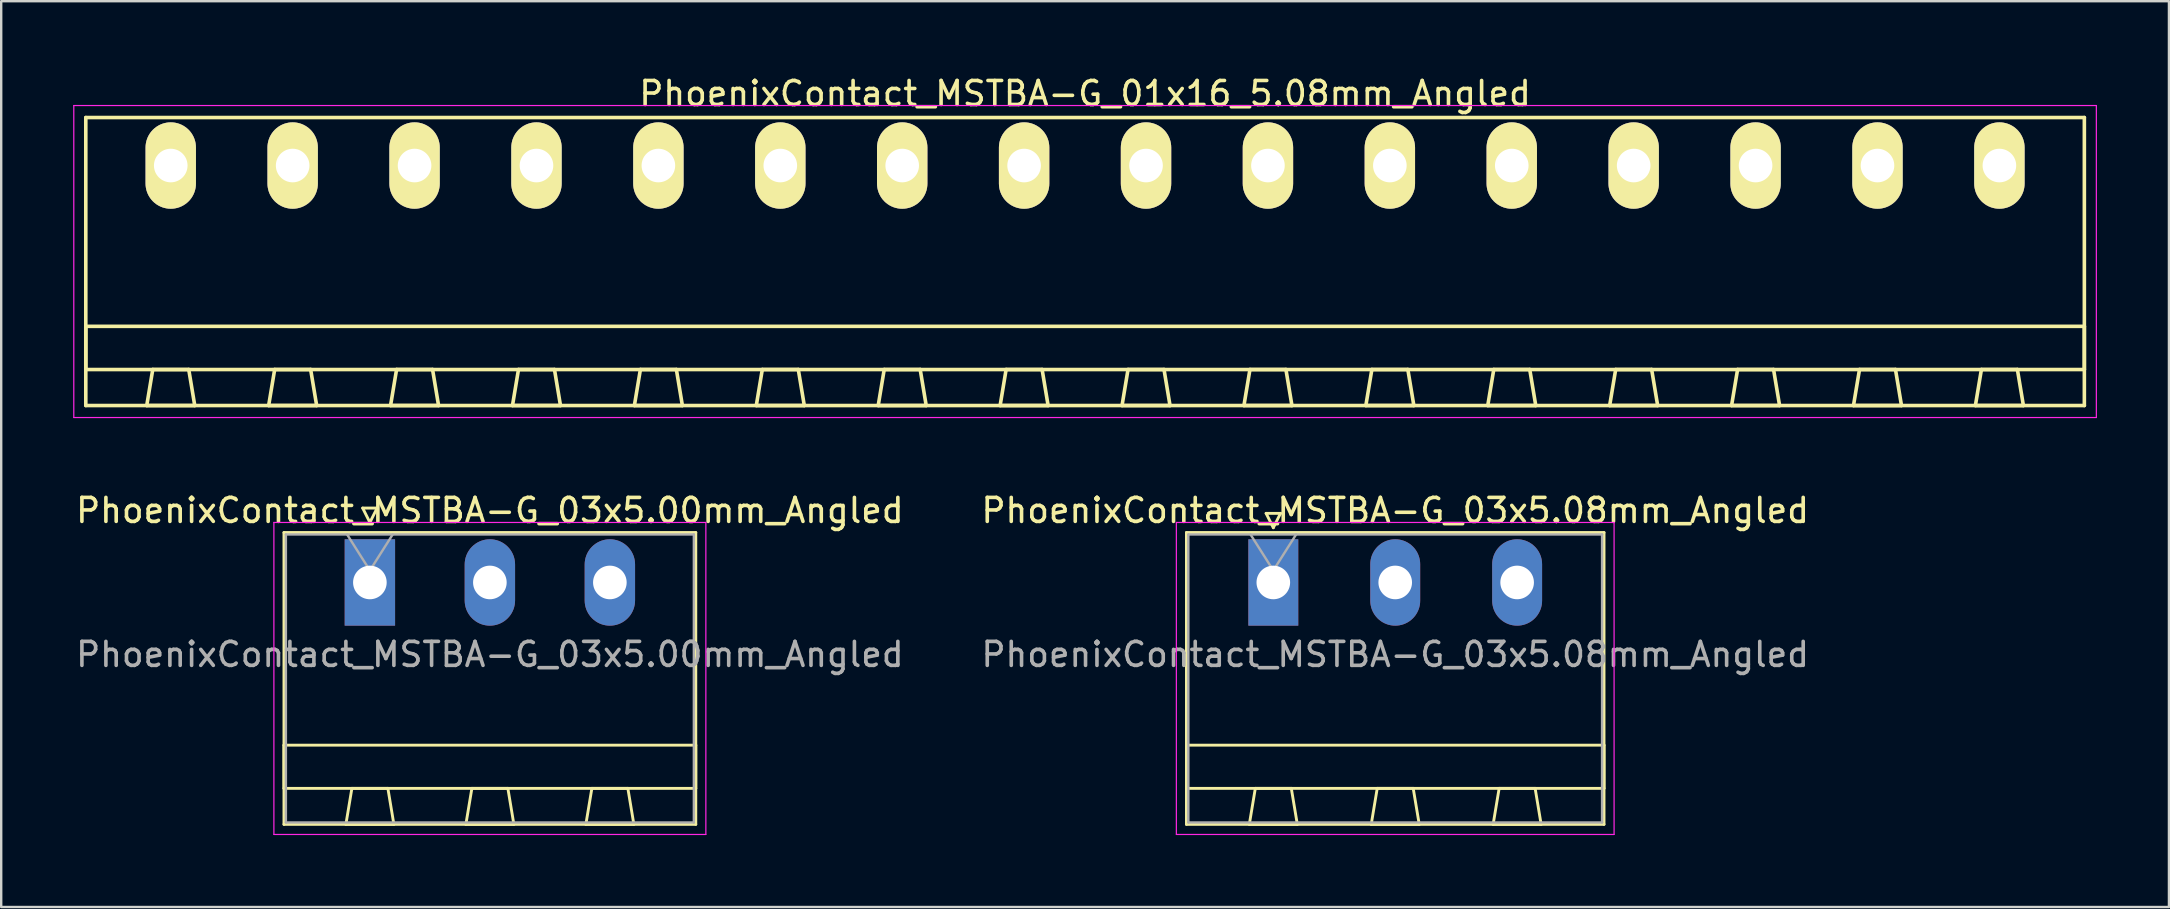
<source format=kicad_pcb>
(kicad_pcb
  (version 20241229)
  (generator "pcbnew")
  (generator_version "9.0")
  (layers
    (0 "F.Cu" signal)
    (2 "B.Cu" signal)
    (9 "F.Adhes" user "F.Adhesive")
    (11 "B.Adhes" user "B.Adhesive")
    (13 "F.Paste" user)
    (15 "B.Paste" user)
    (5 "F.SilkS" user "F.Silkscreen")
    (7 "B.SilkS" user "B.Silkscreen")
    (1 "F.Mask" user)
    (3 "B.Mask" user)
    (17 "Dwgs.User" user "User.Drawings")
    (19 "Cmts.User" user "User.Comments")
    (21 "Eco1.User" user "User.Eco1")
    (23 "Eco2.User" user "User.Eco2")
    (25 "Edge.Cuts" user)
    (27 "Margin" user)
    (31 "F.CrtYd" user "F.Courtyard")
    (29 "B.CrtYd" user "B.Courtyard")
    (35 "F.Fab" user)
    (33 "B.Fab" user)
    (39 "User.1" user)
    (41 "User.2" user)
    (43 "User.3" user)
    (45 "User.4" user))
  (footprint "PhoenixContact_MSTBA-G_03x5.00mm_Angled"
    (layer "F.Cu")
    (at 12.363 21.221)
    (property "Reference" "PhoenixContact_MSTBA-G_03x5.00mm_Angled" (at 5 -3 0) (layer "F.SilkS") (effects (font (size 1 1) (thickness 0.15))))
    (attr through_hole)
    (fp_line (start -3.58 -2.08) (end -3.58 10.08) (stroke (width 0.12) (type solid)) (layer "F.SilkS"))
    (fp_line (start -3.58 6.78) (end 13.58 6.78) (stroke (width 0.12) (type solid)) (layer "F.SilkS"))
    (fp_line (start -3.58 8.58) (end -3.58 6.78) (stroke (width 0.12) (type solid)) (layer "F.SilkS"))
    (fp_line (start -3.58 10.08) (end 13.58 10.08) (stroke (width 0.12) (type solid)) (layer "F.SilkS"))
    (fp_line (start -1 10.08) (end 1 10.08) (stroke (width 0.12) (type solid)) (layer "F.SilkS"))
    (fp_line (start -0.75 8.58) (end -1 10.08) (stroke (width 0.12) (type solid)) (layer "F.SilkS"))
    (fp_line (start -0.3 -3.1) (end 0.3 -3.1) (stroke (width 0.12) (type solid)) (layer "F.SilkS"))
    (fp_line (start 0 -2.5) (end -0.3 -3.1) (stroke (width 0.12) (type solid)) (layer "F.SilkS"))
    (fp_line (start 0.3 -3.1) (end 0 -2.5) (stroke (width 0.12) (type solid)) (layer "F.SilkS"))
    (fp_line (start 0.75 8.58) (end -0.75 8.58) (stroke (width 0.12) (type solid)) (layer "F.SilkS"))
    (fp_line (start 1 10.08) (end 0.75 8.58) (stroke (width 0.12) (type solid)) (layer "F.SilkS"))
    (fp_line (start 4 10.08) (end 6 10.08) (stroke (width 0.12) (type solid)) (layer "F.SilkS"))
    (fp_line (start 4.25 8.58) (end 4 10.08) (stroke (width 0.12) (type solid)) (layer "F.SilkS"))
    (fp_line (start 5.75 8.58) (end 4.25 8.58) (stroke (width 0.12) (type solid)) (layer "F.SilkS"))
    (fp_line (start 6 10.08) (end 5.75 8.58) (stroke (width 0.12) (type solid)) (layer "F.SilkS"))
    (fp_line (start 9 10.08) (end 11 10.08) (stroke (width 0.12) (type solid)) (layer "F.SilkS"))
    (fp_line (start 9.25 8.58) (end 9 10.08) (stroke (width 0.12) (type solid)) (layer "F.SilkS"))
    (fp_line (start 10.75 8.58) (end 9.25 8.58) (stroke (width 0.12) (type solid)) (layer "F.SilkS"))
    (fp_line (start 11 10.08) (end 10.75 8.58) (stroke (width 0.12) (type solid)) (layer "F.SilkS"))
    (fp_line (start 13.58 -2.08) (end -3.58 -2.08) (stroke (width 0.12) (type solid)) (layer "F.SilkS"))
    (fp_line (start 13.58 6.78) (end 13.58 8.58) (stroke (width 0.12) (type solid)) (layer "F.SilkS"))
    (fp_line (start 13.58 8.58) (end -3.58 8.58) (stroke (width 0.12) (type solid)) (layer "F.SilkS"))
    (fp_line (start 13.58 10.08) (end 13.58 -2.08) (stroke (width 0.12) (type solid)) (layer "F.SilkS"))
    (fp_line (start -4 -2.5) (end -4 10.5) (stroke (width 0.05) (type solid)) (layer "F.CrtYd"))
    (fp_line (start -4 10.5) (end 14 10.5) (stroke (width 0.05) (type solid)) (layer "F.CrtYd"))
    (fp_line (start 14 -2.5) (end -4 -2.5) (stroke (width 0.05) (type solid)) (layer "F.CrtYd"))
    (fp_line (start 14 10.5) (end 14 -2.5) (stroke (width 0.05) (type solid)) (layer "F.CrtYd"))
    (fp_line (start -3.5 -2) (end -3.5 10) (stroke (width 0.1) (type solid)) (layer "F.Fab"))
    (fp_line (start -3.5 10) (end 13.5 10) (stroke (width 0.1) (type solid)) (layer "F.Fab"))
    (fp_line (start 0 -0.5) (end -0.95 -2) (stroke (width 0.1) (type solid)) (layer "F.Fab"))
    (fp_line (start 0.95 -2) (end 0 -0.5) (stroke (width 0.1) (type solid)) (layer "F.Fab"))
    (fp_line (start 13.5 -2) (end -3.5 -2) (stroke (width 0.1) (type solid)) (layer "F.Fab"))
    (fp_line (start 13.5 10) (end 13.5 -2) (stroke (width 0.1) (type solid)) (layer "F.Fab"))
    (fp_text user "${REFERENCE}" (at 5 3 0) (layer "F.Fab") (effects (font (size 1 1) (thickness 0.15))))
    (pad "1" thru_hole rect (at 0 0) (size 2.1 3.6) (drill 1.4) (layers "*.Cu" "*.Mask"))
    (pad "2" thru_hole oval (at 5 0) (size 2.1 3.6) (drill 1.4) (layers "*.Cu" "*.Mask"))
    (pad "3" thru_hole oval (at 10 0) (size 2.1 3.6) (drill 1.4) (layers "*.Cu" "*.Mask")))
  (footprint "PhoenixContact_MSTBA-G_03x5.08mm_Angled"
    (layer "F.Cu")
    (at 50.009 21.221)
    (property "Reference" "PhoenixContact_MSTBA-G_03x5.08mm_Angled" (at 5.08 -3 0) (layer "F.SilkS") (effects (font (size 1 1) (thickness 0.15))))
    (attr through_hole)
    (fp_line (start -3.62 -2.08) (end -3.62 10.08) (stroke (width 0.12) (type solid)) (layer "F.SilkS"))
    (fp_line (start -3.62 6.78) (end 13.78 6.78) (stroke (width 0.12) (type solid)) (layer "F.SilkS"))
    (fp_line (start -3.62 8.58) (end -3.62 6.78) (stroke (width 0.12) (type solid)) (layer "F.SilkS"))
    (fp_line (start -3.62 10.08) (end 13.78 10.08) (stroke (width 0.12) (type solid)) (layer "F.SilkS"))
    (fp_line (start -1 10.08) (end 1 10.08) (stroke (width 0.12) (type solid)) (layer "F.SilkS"))
    (fp_line (start -0.75 8.58) (end -1 10.08) (stroke (width 0.12) (type solid)) (layer "F.SilkS"))
    (fp_line (start -0.3 -2.88) (end 0.3 -2.88) (stroke (width 0.12) (type solid)) (layer "F.SilkS"))
    (fp_line (start 0 -2.28) (end -0.3 -2.88) (stroke (width 0.12) (type solid)) (layer "F.SilkS"))
    (fp_line (start 0.3 -2.88) (end 0 -2.28) (stroke (width 0.12) (type solid)) (layer "F.SilkS"))
    (fp_line (start 0.75 8.58) (end -0.75 8.58) (stroke (width 0.12) (type solid)) (layer "F.SilkS"))
    (fp_line (start 1 10.08) (end 0.75 8.58) (stroke (width 0.12) (type solid)) (layer "F.SilkS"))
    (fp_line (start 4.08 10.08) (end 6.08 10.08) (stroke (width 0.12) (type solid)) (layer "F.SilkS"))
    (fp_line (start 4.33 8.58) (end 4.08 10.08) (stroke (width 0.12) (type solid)) (layer "F.SilkS"))
    (fp_line (start 5.83 8.58) (end 4.33 8.58) (stroke (width 0.12) (type solid)) (layer "F.SilkS"))
    (fp_line (start 6.08 10.08) (end 5.83 8.58) (stroke (width 0.12) (type solid)) (layer "F.SilkS"))
    (fp_line (start 9.16 10.08) (end 11.16 10.08) (stroke (width 0.12) (type solid)) (layer "F.SilkS"))
    (fp_line (start 9.41 8.58) (end 9.16 10.08) (stroke (width 0.12) (type solid)) (layer "F.SilkS"))
    (fp_line (start 10.91 8.58) (end 9.41 8.58) (stroke (width 0.12) (type solid)) (layer "F.SilkS"))
    (fp_line (start 11.16 10.08) (end 10.91 8.58) (stroke (width 0.12) (type solid)) (layer "F.SilkS"))
    (fp_line (start 13.78 -2.08) (end -3.62 -2.08) (stroke (width 0.12) (type solid)) (layer "F.SilkS"))
    (fp_line (start 13.78 6.78) (end 13.78 8.58) (stroke (width 0.12) (type solid)) (layer "F.SilkS"))
    (fp_line (start 13.78 8.58) (end -3.62 8.58) (stroke (width 0.12) (type solid)) (layer "F.SilkS"))
    (fp_line (start 13.78 10.08) (end 13.78 -2.08) (stroke (width 0.12) (type solid)) (layer "F.SilkS"))
    (fp_line (start -4.04 -2.5) (end -4.04 10.5) (stroke (width 0.05) (type solid)) (layer "F.CrtYd"))
    (fp_line (start -4.04 10.5) (end 14.2 10.5) (stroke (width 0.05) (type solid)) (layer "F.CrtYd"))
    (fp_line (start 14.2 -2.5) (end -4.04 -2.5) (stroke (width 0.05) (type solid)) (layer "F.CrtYd"))
    (fp_line (start 14.2 10.5) (end 14.2 -2.5) (stroke (width 0.05) (type solid)) (layer "F.CrtYd"))
    (fp_line (start -3.54 -2) (end -3.54 10) (stroke (width 0.1) (type solid)) (layer "F.Fab"))
    (fp_line (start -3.54 10) (end 13.7 10) (stroke (width 0.1) (type solid)) (layer "F.Fab"))
    (fp_line (start 0 -0.5) (end -0.95 -2) (stroke (width 0.1) (type solid)) (layer "F.Fab"))
    (fp_line (start 0.95 -2) (end 0 -0.5) (stroke (width 0.1) (type solid)) (layer "F.Fab"))
    (fp_line (start 13.7 -2) (end -3.54 -2) (stroke (width 0.1) (type solid)) (layer "F.Fab"))
    (fp_line (start 13.7 10) (end 13.7 -2) (stroke (width 0.1) (type solid)) (layer "F.Fab"))
    (fp_text user "${REFERENCE}" (at 5.08 3 0) (layer "F.Fab") (effects (font (size 1 1) (thickness 0.15))))
    (pad "1" thru_hole rect (at 0 0) (size 2.08 3.6) (drill 1.4) (layers "*.Cu" "*.Mask"))
    (pad "2" thru_hole oval (at 5.08 0) (size 2.08 3.6) (drill 1.4) (layers "*.Cu" "*.Mask"))
    (pad "3" thru_hole oval (at 10.16 0) (size 2.08 3.6) (drill 1.4) (layers "*.Cu" "*.Mask")))
  (footprint "PhoenixContact_MSTBA-G_01x16_5.08mm_Angled"
    (layer "F.Cu")
    (at 4.065 3.848)
    (property "Reference" "PhoenixContact_MSTBA-G_01x16_5.08mm_Angled" (at 38.1 -3 0) (layer "F.SilkS") (effects (font (size 1 1) (thickness 0.15))))
    (attr through_hole)
    (fp_line (start -3.54 -2) (end -3.54 10) (stroke (width 0.15) (type solid)) (layer "F.SilkS"))
    (fp_line (start -3.54 6.7) (end 79.74 6.7) (stroke (width 0.15) (type solid)) (layer "F.SilkS"))
    (fp_line (start -3.54 8.5) (end -3.54 6.7) (stroke (width 0.15) (type solid)) (layer "F.SilkS"))
    (fp_line (start -3.54 10) (end 79.74 10) (stroke (width 0.15) (type solid)) (layer "F.SilkS"))
    (fp_line (start -1 10) (end 1 10) (stroke (width 0.15) (type solid)) (layer "F.SilkS"))
    (fp_line (start -0.75 8.5) (end -1 10) (stroke (width 0.15) (type solid)) (layer "F.SilkS"))
    (fp_line (start 0.75 8.5) (end -0.75 8.5) (stroke (width 0.15) (type solid)) (layer "F.SilkS"))
    (fp_line (start 1 10) (end 0.75 8.5) (stroke (width 0.15) (type solid)) (layer "F.SilkS"))
    (fp_line (start 4.08 10) (end 6.08 10) (stroke (width 0.15) (type solid)) (layer "F.SilkS"))
    (fp_line (start 4.33 8.5) (end 4.08 10) (stroke (width 0.15) (type solid)) (layer "F.SilkS"))
    (fp_line (start 5.83 8.5) (end 4.33 8.5) (stroke (width 0.15) (type solid)) (layer "F.SilkS"))
    (fp_line (start 6.08 10) (end 5.83 8.5) (stroke (width 0.15) (type solid)) (layer "F.SilkS"))
    (fp_line (start 9.16 10) (end 11.16 10) (stroke (width 0.15) (type solid)) (layer "F.SilkS"))
    (fp_line (start 9.41 8.5) (end 9.16 10) (stroke (width 0.15) (type solid)) (layer "F.SilkS"))
    (fp_line (start 10.91 8.5) (end 9.41 8.5) (stroke (width 0.15) (type solid)) (layer "F.SilkS"))
    (fp_line (start 11.16 10) (end 10.91 8.5) (stroke (width 0.15) (type solid)) (layer "F.SilkS"))
    (fp_line (start 14.24 10) (end 16.24 10) (stroke (width 0.15) (type solid)) (layer "F.SilkS"))
    (fp_line (start 14.49 8.5) (end 14.24 10) (stroke (width 0.15) (type solid)) (layer "F.SilkS"))
    (fp_line (start 15.99 8.5) (end 14.49 8.5) (stroke (width 0.15) (type solid)) (layer "F.SilkS"))
    (fp_line (start 16.24 10) (end 15.99 8.5) (stroke (width 0.15) (type solid)) (layer "F.SilkS"))
    (fp_line (start 19.32 10) (end 21.32 10) (stroke (width 0.15) (type solid)) (layer "F.SilkS"))
    (fp_line (start 19.57 8.5) (end 19.32 10) (stroke (width 0.15) (type solid)) (layer "F.SilkS"))
    (fp_line (start 21.07 8.5) (end 19.57 8.5) (stroke (width 0.15) (type solid)) (layer "F.SilkS"))
    (fp_line (start 21.32 10) (end 21.07 8.5) (stroke (width 0.15) (type solid)) (layer "F.SilkS"))
    (fp_line (start 24.4 10) (end 26.4 10) (stroke (width 0.15) (type solid)) (layer "F.SilkS"))
    (fp_line (start 24.65 8.5) (end 24.4 10) (stroke (width 0.15) (type solid)) (layer "F.SilkS"))
    (fp_line (start 26.15 8.5) (end 24.65 8.5) (stroke (width 0.15) (type solid)) (layer "F.SilkS"))
    (fp_line (start 26.4 10) (end 26.15 8.5) (stroke (width 0.15) (type solid)) (layer "F.SilkS"))
    (fp_line (start 29.48 10) (end 31.48 10) (stroke (width 0.15) (type solid)) (layer "F.SilkS"))
    (fp_line (start 29.73 8.5) (end 29.48 10) (stroke (width 0.15) (type solid)) (layer "F.SilkS"))
    (fp_line (start 31.23 8.5) (end 29.73 8.5) (stroke (width 0.15) (type solid)) (layer "F.SilkS"))
    (fp_line (start 31.48 10) (end 31.23 8.5) (stroke (width 0.15) (type solid)) (layer "F.SilkS"))
    (fp_line (start 34.56 10) (end 36.56 10) (stroke (width 0.15) (type solid)) (layer "F.SilkS"))
    (fp_line (start 34.81 8.5) (end 34.56 10) (stroke (width 0.15) (type solid)) (layer "F.SilkS"))
    (fp_line (start 36.31 8.5) (end 34.81 8.5) (stroke (width 0.15) (type solid)) (layer "F.SilkS"))
    (fp_line (start 36.56 10) (end 36.31 8.5) (stroke (width 0.15) (type solid)) (layer "F.SilkS"))
    (fp_line (start 39.64 10) (end 41.64 10) (stroke (width 0.15) (type solid)) (layer "F.SilkS"))
    (fp_line (start 39.89 8.5) (end 39.64 10) (stroke (width 0.15) (type solid)) (layer "F.SilkS"))
    (fp_line (start 41.39 8.5) (end 39.89 8.5) (stroke (width 0.15) (type solid)) (layer "F.SilkS"))
    (fp_line (start 41.64 10) (end 41.39 8.5) (stroke (width 0.15) (type solid)) (layer "F.SilkS"))
    (fp_line (start 44.72 10) (end 46.72 10) (stroke (width 0.15) (type solid)) (layer "F.SilkS"))
    (fp_line (start 44.97 8.5) (end 44.72 10) (stroke (width 0.15) (type solid)) (layer "F.SilkS"))
    (fp_line (start 46.47 8.5) (end 44.97 8.5) (stroke (width 0.15) (type solid)) (layer "F.SilkS"))
    (fp_line (start 46.72 10) (end 46.47 8.5) (stroke (width 0.15) (type solid)) (layer "F.SilkS"))
    (fp_line (start 49.8 10) (end 51.8 10) (stroke (width 0.15) (type solid)) (layer "F.SilkS"))
    (fp_line (start 50.05 8.5) (end 49.8 10) (stroke (width 0.15) (type solid)) (layer "F.SilkS"))
    (fp_line (start 51.55 8.5) (end 50.05 8.5) (stroke (width 0.15) (type solid)) (layer "F.SilkS"))
    (fp_line (start 51.8 10) (end 51.55 8.5) (stroke (width 0.15) (type solid)) (layer "F.SilkS"))
    (fp_line (start 54.88 10) (end 56.88 10) (stroke (width 0.15) (type solid)) (layer "F.SilkS"))
    (fp_line (start 55.13 8.5) (end 54.88 10) (stroke (width 0.15) (type solid)) (layer "F.SilkS"))
    (fp_line (start 56.63 8.5) (end 55.13 8.5) (stroke (width 0.15) (type solid)) (layer "F.SilkS"))
    (fp_line (start 56.88 10) (end 56.63 8.5) (stroke (width 0.15) (type solid)) (layer "F.SilkS"))
    (fp_line (start 59.96 10) (end 61.96 10) (stroke (width 0.15) (type solid)) (layer "F.SilkS"))
    (fp_line (start 60.21 8.5) (end 59.96 10) (stroke (width 0.15) (type solid)) (layer "F.SilkS"))
    (fp_line (start 61.71 8.5) (end 60.21 8.5) (stroke (width 0.15) (type solid)) (layer "F.SilkS"))
    (fp_line (start 61.96 10) (end 61.71 8.5) (stroke (width 0.15) (type solid)) (layer "F.SilkS"))
    (fp_line (start 65.04 10) (end 67.04 10) (stroke (width 0.15) (type solid)) (layer "F.SilkS"))
    (fp_line (start 65.29 8.5) (end 65.04 10) (stroke (width 0.15) (type solid)) (layer "F.SilkS"))
    (fp_line (start 66.79 8.5) (end 65.29 8.5) (stroke (width 0.15) (type solid)) (layer "F.SilkS"))
    (fp_line (start 67.04 10) (end 66.79 8.5) (stroke (width 0.15) (type solid)) (layer "F.SilkS"))
    (fp_line (start 70.12 10) (end 72.12 10) (stroke (width 0.15) (type solid)) (layer "F.SilkS"))
    (fp_line (start 70.37 8.5) (end 70.12 10) (stroke (width 0.15) (type solid)) (layer "F.SilkS"))
    (fp_line (start 71.87 8.5) (end 70.37 8.5) (stroke (width 0.15) (type solid)) (layer "F.SilkS"))
    (fp_line (start 72.12 10) (end 71.87 8.5) (stroke (width 0.15) (type solid)) (layer "F.SilkS"))
    (fp_line (start 75.2 10) (end 77.2 10) (stroke (width 0.15) (type solid)) (layer "F.SilkS"))
    (fp_line (start 75.45 8.5) (end 75.2 10) (stroke (width 0.15) (type solid)) (layer "F.SilkS"))
    (fp_line (start 76.95 8.5) (end 75.45 8.5) (stroke (width 0.15) (type solid)) (layer "F.SilkS"))
    (fp_line (start 77.2 10) (end 76.95 8.5) (stroke (width 0.15) (type solid)) (layer "F.SilkS"))
    (fp_line (start 79.74 -2) (end -3.54 -2) (stroke (width 0.15) (type solid)) (layer "F.SilkS"))
    (fp_line (start 79.74 6.7) (end 79.74 8.5) (stroke (width 0.15) (type solid)) (layer "F.SilkS"))
    (fp_line (start 79.74 8.5) (end -3.54 8.5) (stroke (width 0.15) (type solid)) (layer "F.SilkS"))
    (fp_line (start 79.74 10) (end 79.74 -2) (stroke (width 0.15) (type solid)) (layer "F.SilkS"))
    (fp_line (start -4.04 -2.5) (end -4.04 10.5) (stroke (width 0.05) (type solid)) (layer "F.CrtYd"))
    (fp_line (start -4.04 10.5) (end 80.24 10.5) (stroke (width 0.05) (type solid)) (layer "F.CrtYd"))
    (fp_line (start 80.24 -2.5) (end -4.04 -2.5) (stroke (width 0.05) (type solid)) (layer "F.CrtYd"))
    (fp_line (start 80.24 10.5) (end 80.24 -2.5) (stroke (width 0.05) (type solid)) (layer "F.CrtYd"))
    (pad "1" thru_hole oval (at 0 0) (size 2.1 3.6) (drill 1.4) (layers "*.Cu" "*.Mask" "F.SilkS"))
    (pad "2" thru_hole oval (at 5.08 0) (size 2.1 3.6) (drill 1.4) (layers "*.Cu" "*.Mask" "F.SilkS"))
    (pad "3" thru_hole oval (at 10.16 0) (size 2.1 3.6) (drill 1.4) (layers "*.Cu" "*.Mask" "F.SilkS"))
    (pad "4" thru_hole oval (at 15.24 0) (size 2.1 3.6) (drill 1.4) (layers "*.Cu" "*.Mask" "F.SilkS"))
    (pad "5" thru_hole oval (at 20.32 0) (size 2.1 3.6) (drill 1.4) (layers "*.Cu" "*.Mask" "F.SilkS"))
    (pad "6" thru_hole oval (at 25.4 0) (size 2.1 3.6) (drill 1.4) (layers "*.Cu" "*.Mask" "F.SilkS"))
    (pad "7" thru_hole oval (at 30.48 0) (size 2.1 3.6) (drill 1.4) (layers "*.Cu" "*.Mask" "F.SilkS"))
    (pad "8" thru_hole oval (at 35.56 0) (size 2.1 3.6) (drill 1.4) (layers "*.Cu" "*.Mask" "F.SilkS"))
    (pad "9" thru_hole oval (at 40.64 0) (size 2.1 3.6) (drill 1.4) (layers "*.Cu" "*.Mask" "F.SilkS"))
    (pad "10" thru_hole oval (at 45.72 0) (size 2.1 3.6) (drill 1.4) (layers "*.Cu" "*.Mask" "F.SilkS"))
    (pad "11" thru_hole oval (at 50.8 0) (size 2.1 3.6) (drill 1.4) (layers "*.Cu" "*.Mask" "F.SilkS"))
    (pad "12" thru_hole oval (at 55.88 0) (size 2.1 3.6) (drill 1.4) (layers "*.Cu" "*.Mask" "F.SilkS"))
    (pad "13" thru_hole oval (at 60.96 0) (size 2.1 3.6) (drill 1.4) (layers "*.Cu" "*.Mask" "F.SilkS"))
    (pad "14" thru_hole oval (at 66.04 0) (size 2.1 3.6) (drill 1.4) (layers "*.Cu" "*.Mask" "F.SilkS"))
    (pad "15" thru_hole oval (at 71.12 0) (size 2.1 3.6) (drill 1.4) (layers "*.Cu" "*.Mask" "F.SilkS"))
    (pad "16" thru_hole oval (at 76.2 0) (size 2.1 3.6) (drill 1.4) (layers "*.Cu" "*.Mask" "F.SilkS")))
  (gr_rect
    (start -3 -3)
    (end 87.33 34.746)
    (stroke (width 0.1) (type default))
    (fill no)
    (layer "Edge.Cuts")))
</source>
